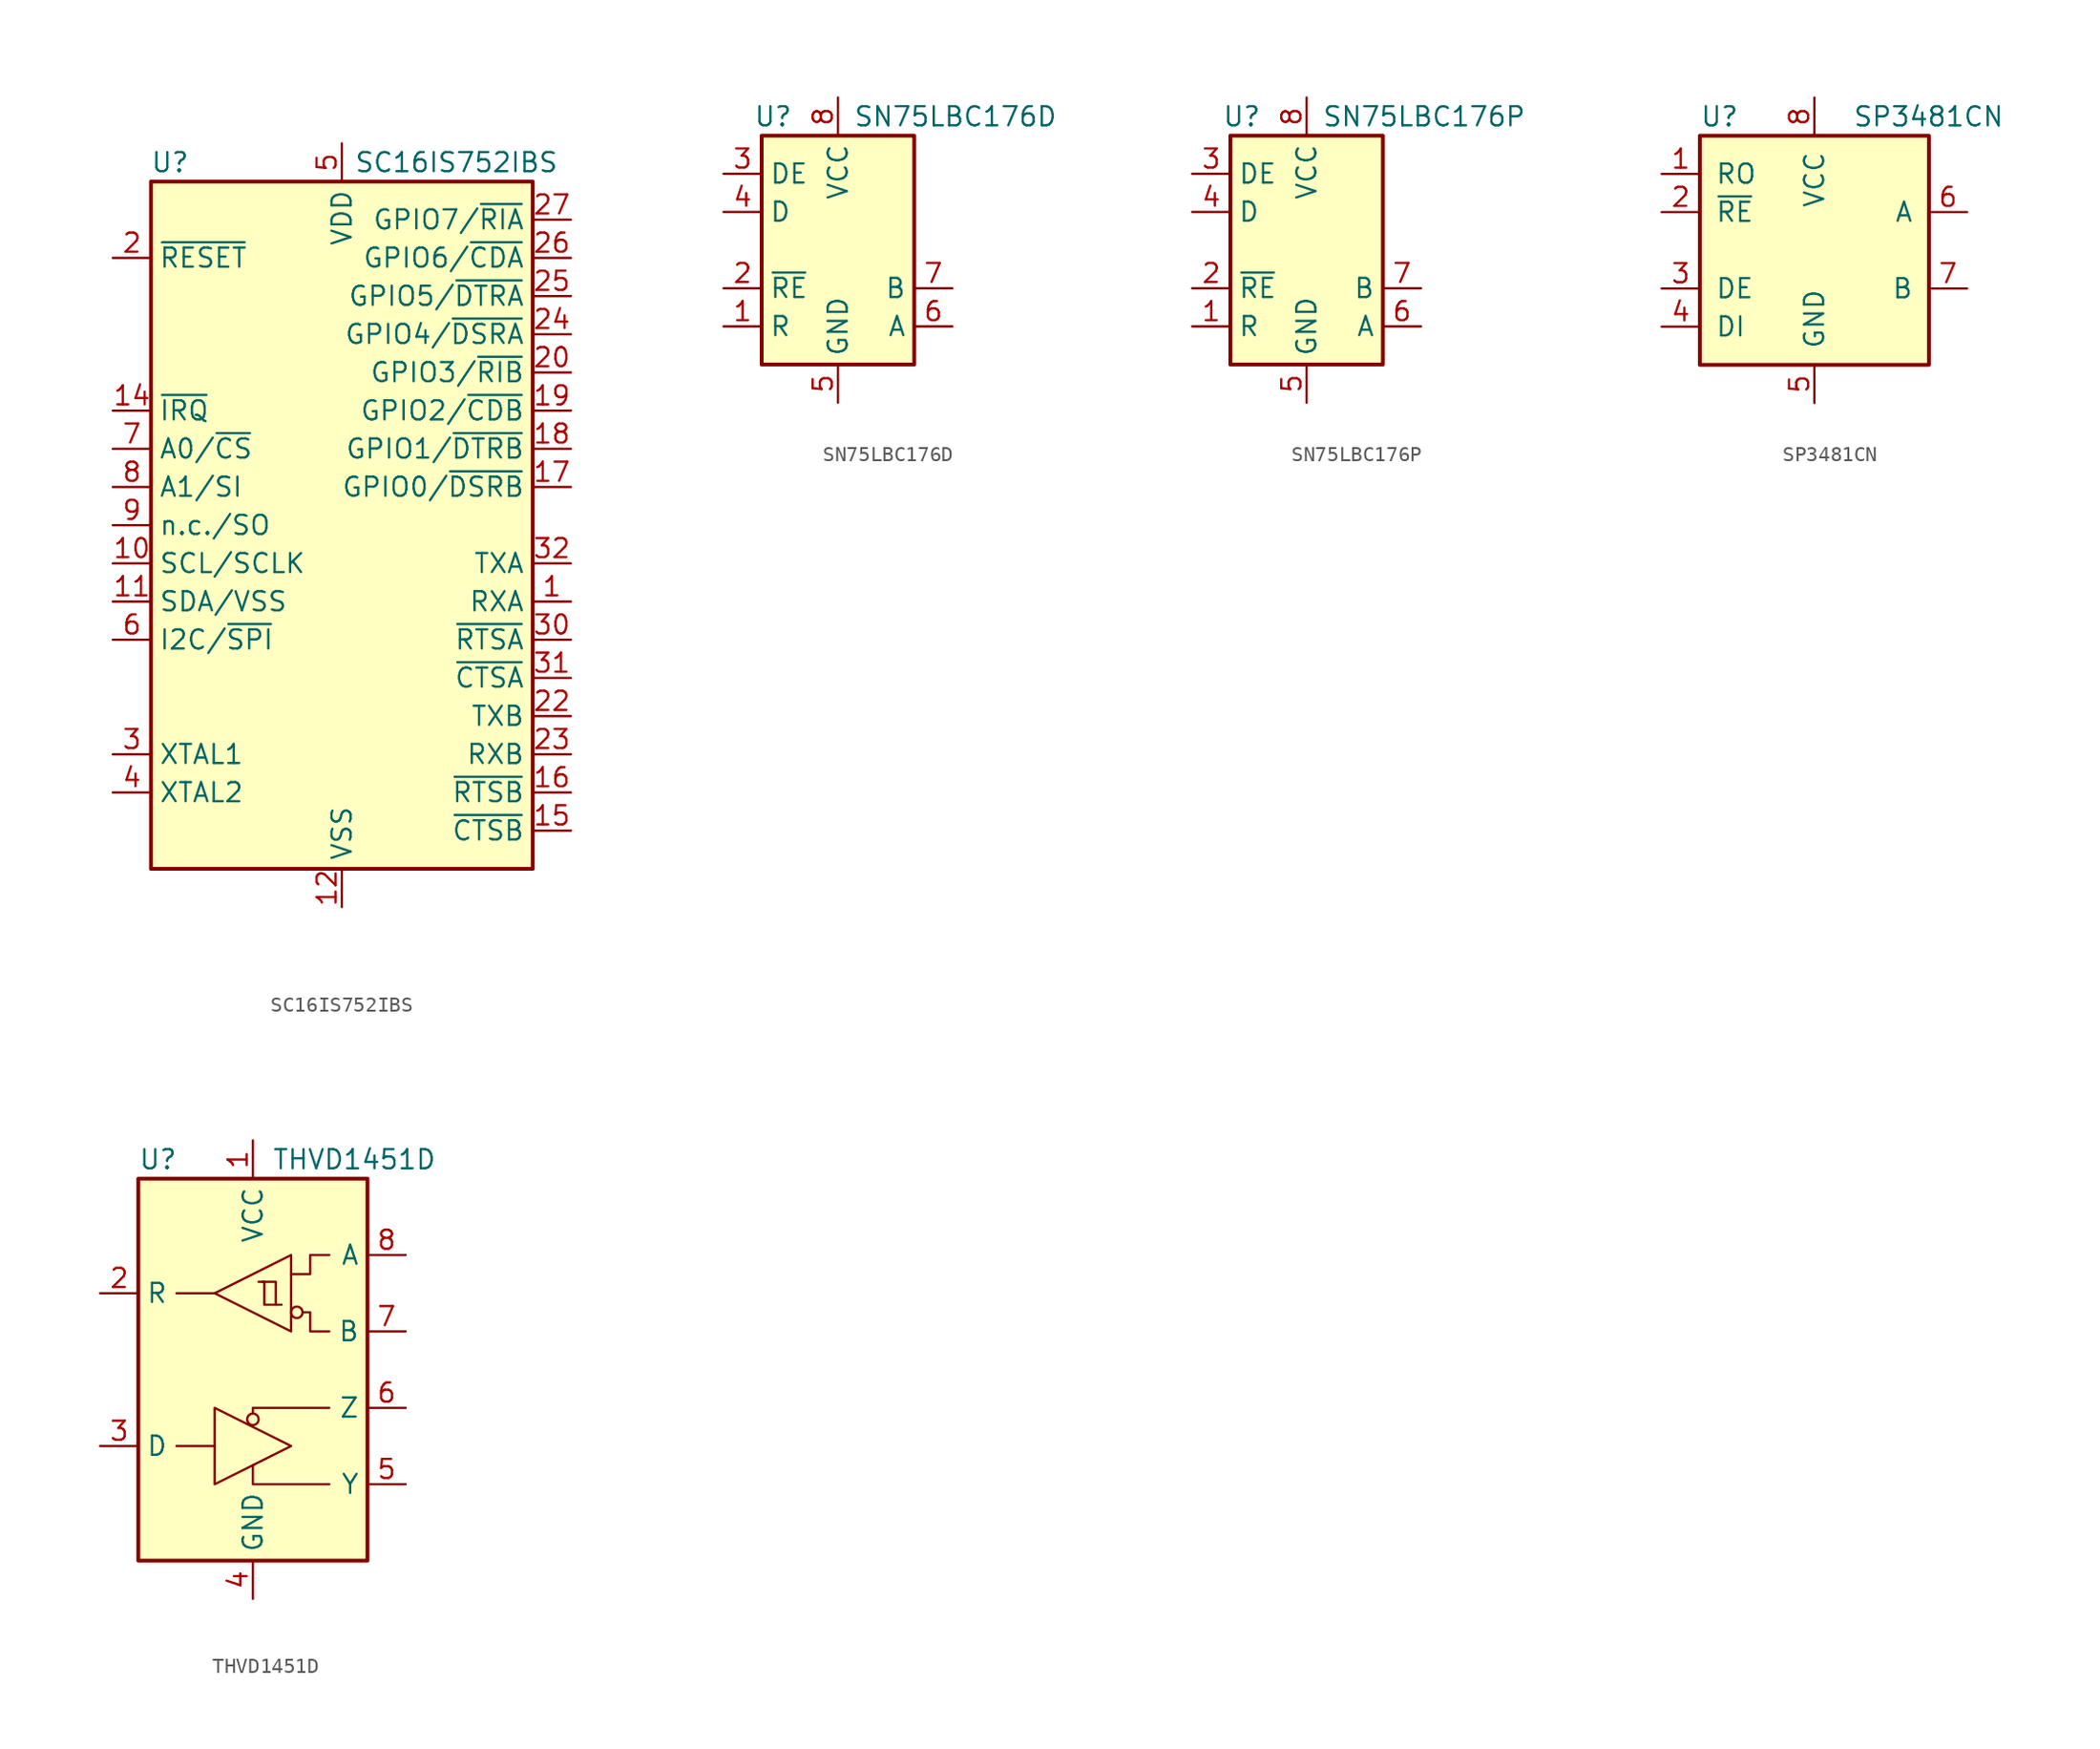
<source format=kicad_sym>
(kicad_symbol_lib
  (version 20201005)
  (generator kicad_symbol_editor)
  (symbol "SC16IS752IBS"
    (property "Reference" "U"
      (at -11.43 24.13 0)
      (effects (font (size 1.27 1.27))))
    (property "Value" "SC16IS752IBS"
      (at 7.62 24.13 0)
      (effects (font (size 1.27 1.27))))
    (symbol "SC16IS752IBS_0_1"
      (rectangle (start -12.7 22.86) (end 12.7 -22.86) (stroke (width 0.254)) (fill (type background))))
    (symbol "SC16IS752IBS_1_1"
      (pin input line (at 15.24 -5.08 180) (length 2.54) (name "RXA" (effects (font (size 1.27 1.27)))) (number "1" (effects (font (size 1.27 1.27)))))
      (pin input line (at -15.24 -2.54 0) (length 2.54) (name "SCL/SCLK" (effects (font (size 1.27 1.27)))) (number "10" (effects (font (size 1.27 1.27)))))
      (pin bidirectional line (at -15.24 -5.08 0) (length 2.54) (name "SDA/VSS" (effects (font (size 1.27 1.27)))) (number "11" (effects (font (size 1.27 1.27)))))
      (pin power_in line (at 0 -25.4 90) (length 2.54) (name "VSS" (effects (font (size 1.27 1.27)))) (number "12" (effects (font (size 1.27 1.27)))))
      (pin passive line (at 0 25.4 270) (length 2.54) hide (name "VDD" (effects (font (size 1.27 1.27)))) (number "13" (effects (font (size 1.27 1.27)))))
      (pin open_collector line (at -15.24 7.62 0) (length 2.54) (name "~IRQ" (effects (font (size 1.27 1.27)))) (number "14" (effects (font (size 1.27 1.27)))))
      (pin input line (at 15.24 -20.32 180) (length 2.54) (name "~CTSB" (effects (font (size 1.27 1.27)))) (number "15" (effects (font (size 1.27 1.27)))))
      (pin output line (at 15.24 -17.78 180) (length 2.54) (name "~RTSB" (effects (font (size 1.27 1.27)))) (number "16" (effects (font (size 1.27 1.27)))))
      (pin bidirectional line (at 15.24 2.54 180) (length 2.54) (name "GPIO0/~DSRB" (effects (font (size 1.27 1.27)))) (number "17" (effects (font (size 1.27 1.27)))))
      (pin bidirectional line (at 15.24 5.08 180) (length 2.54) (name "GPIO1/~DTRB" (effects (font (size 1.27 1.27)))) (number "18" (effects (font (size 1.27 1.27)))))
      (pin bidirectional line (at 15.24 7.62 180) (length 2.54) (name "GPIO2/~CDB" (effects (font (size 1.27 1.27)))) (number "19" (effects (font (size 1.27 1.27)))))
      (pin input line (at -15.24 17.78 0) (length 2.54) (name "~RESET" (effects (font (size 1.27 1.27)))) (number "2" (effects (font (size 1.27 1.27)))))
      (pin bidirectional line (at 15.24 10.16 180) (length 2.54) (name "GPIO3/~RIB" (effects (font (size 1.27 1.27)))) (number "20" (effects (font (size 1.27 1.27)))))
      (pin passive line (at 0 -25.4 90) (length 2.54) hide (name "VSS" (effects (font (size 1.27 1.27)))) (number "21" (effects (font (size 1.27 1.27)))))
      (pin output line (at 15.24 -12.7 180) (length 2.54) (name "TXB" (effects (font (size 1.27 1.27)))) (number "22" (effects (font (size 1.27 1.27)))))
      (pin input line (at 15.24 -15.24 180) (length 2.54) (name "RXB" (effects (font (size 1.27 1.27)))) (number "23" (effects (font (size 1.27 1.27)))))
      (pin bidirectional line (at 15.24 12.7 180) (length 2.54) (name "GPIO4/~DSRA" (effects (font (size 1.27 1.27)))) (number "24" (effects (font (size 1.27 1.27)))))
      (pin bidirectional line (at 15.24 15.24 180) (length 2.54) (name "GPIO5/~DTRA" (effects (font (size 1.27 1.27)))) (number "25" (effects (font (size 1.27 1.27)))))
      (pin bidirectional line (at 15.24 17.78 180) (length 2.54) (name "GPIO6/~CDA" (effects (font (size 1.27 1.27)))) (number "26" (effects (font (size 1.27 1.27)))))
      (pin bidirectional line (at 15.24 20.32 180) (length 2.54) (name "GPIO7/~RIA" (effects (font (size 1.27 1.27)))) (number "27" (effects (font (size 1.27 1.27)))))
      (pin passive line (at 0 25.4 270) (length 2.54) hide (name "VDD" (effects (font (size 1.27 1.27)))) (number "28" (effects (font (size 1.27 1.27)))))
      (pin passive line (at 0 -25.4 90) (length 2.54) hide (name "VSS" (effects (font (size 1.27 1.27)))) (number "29" (effects (font (size 1.27 1.27)))))
      (pin input line (at -15.24 -15.24 0) (length 2.54) (name "XTAL1" (effects (font (size 1.27 1.27)))) (number "3" (effects (font (size 1.27 1.27)))))
      (pin output line (at 15.24 -7.62 180) (length 2.54) (name "~RTSA" (effects (font (size 1.27 1.27)))) (number "30" (effects (font (size 1.27 1.27)))))
      (pin input line (at 15.24 -10.16 180) (length 2.54) (name "~CTSA" (effects (font (size 1.27 1.27)))) (number "31" (effects (font (size 1.27 1.27)))))
      (pin output line (at 15.24 -2.54 180) (length 2.54) (name "TXA" (effects (font (size 1.27 1.27)))) (number "32" (effects (font (size 1.27 1.27)))))
      (pin passive line (at 0 -25.4 90) (length 2.54) hide (name "VSS" (effects (font (size 1.27 1.27)))) (number "33" (effects (font (size 1.27 1.27)))))
      (pin output line (at -15.24 -17.78 0) (length 2.54) (name "XTAL2" (effects (font (size 1.27 1.27)))) (number "4" (effects (font (size 1.27 1.27)))))
      (pin power_in line (at 0 25.4 270) (length 2.54) (name "VDD" (effects (font (size 1.27 1.27)))) (number "5" (effects (font (size 1.27 1.27)))))
      (pin input line (at -15.24 -7.62 0) (length 2.54) (name "I2C/~SPI" (effects (font (size 1.27 1.27)))) (number "6" (effects (font (size 1.27 1.27)))))
      (pin input line (at -15.24 5.08 0) (length 2.54) (name "A0/~CS" (effects (font (size 1.27 1.27)))) (number "7" (effects (font (size 1.27 1.27)))))
      (pin input line (at -15.24 2.54 0) (length 2.54) (name "A1/SI" (effects (font (size 1.27 1.27)))) (number "8" (effects (font (size 1.27 1.27)))))
      (pin output line (at -15.24 0 0) (length 2.54) (name "n.c./SO" (effects (font (size 1.27 1.27)))) (number "9" (effects (font (size 1.27 1.27)))))))
  (symbol "SN75LBC176D"
    (property "Reference" "U"
      (at -4.318 8.89 0)
      (effects (font (size 1.27 1.27))))
    (property "Value" "SN75LBC176D"
      (at 1.016 8.89 0)
      (effects (font (size 1.27 1.27)) (justify left)))
    (symbol "SN75LBC176D_0_1"
      (rectangle (start -5.08 7.62) (end 5.08 -7.62) (stroke (width 0.254)) (fill (type background))))
    (symbol "SN75LBC176D_1_1"
      (pin output line (at -7.62 -5.08 0) (length 2.54) (name "R" (effects (font (size 1.27 1.27)))) (number "1" (effects (font (size 1.27 1.27)))))
      (pin input line (at -7.62 -2.54 0) (length 2.54) (name "~RE" (effects (font (size 1.27 1.27)))) (number "2" (effects (font (size 1.27 1.27)))))
      (pin input line (at -7.62 5.08 0) (length 2.54) (name "DE" (effects (font (size 1.27 1.27)))) (number "3" (effects (font (size 1.27 1.27)))))
      (pin input line (at -7.62 2.54 0) (length 2.54) (name "D" (effects (font (size 1.27 1.27)))) (number "4" (effects (font (size 1.27 1.27)))))
      (pin power_in line (at 0 -10.16 90) (length 2.54) (name "GND" (effects (font (size 1.27 1.27)))) (number "5" (effects (font (size 1.27 1.27)))))
      (pin bidirectional line (at 7.62 -5.08 180) (length 2.54) (name "A" (effects (font (size 1.27 1.27)))) (number "6" (effects (font (size 1.27 1.27)))))
      (pin bidirectional line (at 7.62 -2.54 180) (length 2.54) (name "B" (effects (font (size 1.27 1.27)))) (number "7" (effects (font (size 1.27 1.27)))))
      (pin power_in line (at 0 10.16 270) (length 2.54) (name "VCC" (effects (font (size 1.27 1.27)))) (number "8" (effects (font (size 1.27 1.27)))))))
  (symbol "SN75LBC176P"
    (property "Reference" "U"
      (at -4.318 8.89 0)
      (effects (font (size 1.27 1.27))))
    (property "Value" "SN75LBC176P"
      (at 1.016 8.89 0)
      (effects (font (size 1.27 1.27)) (justify left)))
    (symbol "SN75LBC176P_0_1"
      (rectangle (start -5.08 7.62) (end 5.08 -7.62) (stroke (width 0.254)) (fill (type background))))
    (symbol "SN75LBC176P_1_1"
      (pin output line (at -7.62 -5.08 0) (length 2.54) (name "R" (effects (font (size 1.27 1.27)))) (number "1" (effects (font (size 1.27 1.27)))))
      (pin input line (at -7.62 -2.54 0) (length 2.54) (name "~RE" (effects (font (size 1.27 1.27)))) (number "2" (effects (font (size 1.27 1.27)))))
      (pin input line (at -7.62 5.08 0) (length 2.54) (name "DE" (effects (font (size 1.27 1.27)))) (number "3" (effects (font (size 1.27 1.27)))))
      (pin input line (at -7.62 2.54 0) (length 2.54) (name "D" (effects (font (size 1.27 1.27)))) (number "4" (effects (font (size 1.27 1.27)))))
      (pin power_in line (at 0 -10.16 90) (length 2.54) (name "GND" (effects (font (size 1.27 1.27)))) (number "5" (effects (font (size 1.27 1.27)))))
      (pin bidirectional line (at 7.62 -5.08 180) (length 2.54) (name "A" (effects (font (size 1.27 1.27)))) (number "6" (effects (font (size 1.27 1.27)))))
      (pin bidirectional line (at 7.62 -2.54 180) (length 2.54) (name "B" (effects (font (size 1.27 1.27)))) (number "7" (effects (font (size 1.27 1.27)))))
      (pin power_in line (at 0 10.16 270) (length 2.54) (name "VCC" (effects (font (size 1.27 1.27)))) (number "8" (effects (font (size 1.27 1.27)))))))
  (symbol "SP3481CN"
    (pin_names
      (offset 1.016))
    (property "Reference" "U"
      (at -7.62 8.89 0)
      (effects (font (size 1.27 1.27)) (justify left)))
    (property "Value" "SP3481CN"
      (at 2.54 8.89 0)
      (effects (font (size 1.27 1.27)) (justify left)))
    (symbol "SP3481CN_0_1"
      (rectangle (start -7.62 7.62) (end 7.62 -7.62) (stroke (width 0.254)) (fill (type background))))
    (symbol "SP3481CN_1_1"
      (pin output line (at -10.16 5.08 0) (length 2.54) (name "RO" (effects (font (size 1.27 1.27)))) (number "1" (effects (font (size 1.27 1.27)))))
      (pin input line (at -10.16 2.54 0) (length 2.54) (name "~RE~" (effects (font (size 1.27 1.27)))) (number "2" (effects (font (size 1.27 1.27)))))
      (pin input line (at -10.16 -2.54 0) (length 2.54) (name "DE" (effects (font (size 1.27 1.27)))) (number "3" (effects (font (size 1.27 1.27)))))
      (pin input line (at -10.16 -5.08 0) (length 2.54) (name "DI" (effects (font (size 1.27 1.27)))) (number "4" (effects (font (size 1.27 1.27)))))
      (pin power_in line (at 0 -10.16 90) (length 2.54) (name "GND" (effects (font (size 1.27 1.27)))) (number "5" (effects (font (size 1.27 1.27)))))
      (pin bidirectional line (at 10.16 2.54 180) (length 2.54) (name "A" (effects (font (size 1.27 1.27)))) (number "6" (effects (font (size 1.27 1.27)))))
      (pin bidirectional line (at 10.16 -2.54 180) (length 2.54) (name "B" (effects (font (size 1.27 1.27)))) (number "7" (effects (font (size 1.27 1.27)))))
      (pin power_in line (at 0 10.16 270) (length 2.54) (name "VCC" (effects (font (size 1.27 1.27)))) (number "8" (effects (font (size 1.27 1.27)))))))
  (symbol "THVD1451D"
    (property "Reference" "U"
      (at -7.62 13.97 0)
      (effects (font (size 1.27 1.27)) (justify left)))
    (property "Value" "THVD1451D"
      (at 1.27 13.97 0)
      (effects (font (size 1.27 1.27)) (justify left)))
    (symbol "THVD1451D_0_1"
      (circle (center 0 -3.302) (radius 0.381) (stroke (width 0)) (fill (type none)))
      (circle (center 2.921 3.81) (radius 0.381) (stroke (width 0)) (fill (type none)))
      (rectangle (start -7.62 12.7) (end 7.62 -12.7) (stroke (width 0.254)) (fill (type background)))
      (polyline (pts (xy -5.08 -5.08) (xy -2.54 -5.08)) (stroke (width 0)) (fill (type none)))
      (polyline (pts (xy -2.54 5.08) (xy -5.08 5.08)) (stroke (width 0)) (fill (type none)))
      (polyline (pts (xy 1.524 4.318) (xy 1.524 5.842) (xy 0.635 5.842)) (stroke (width 0)) (fill (type none)))
      (polyline (pts (xy 5.08 -7.62) (xy 0 -7.62) (xy 0 -6.35)) (stroke (width 0)) (fill (type none)))
      (polyline (pts (xy 5.08 -2.54) (xy 0 -2.54) (xy 0 -2.921)) (stroke (width 0)) (fill (type none)))
      (polyline (pts (xy -2.54 -2.54) (xy -2.54 -7.62) (xy 2.54 -5.08) (xy -2.54 -2.54)) (stroke (width 0)) (fill (type none)))
      (polyline (pts (xy 2.54 6.35) (xy 3.81 6.35) (xy 3.81 7.62) (xy 5.08 7.62)) (stroke (width 0)) (fill (type none)))
      (polyline (pts (xy 2.54 7.62) (xy 2.54 2.54) (xy -2.54 5.08) (xy 2.54 7.62)) (stroke (width 0)) (fill (type none)))
      (polyline (pts (xy 3.302 3.81) (xy 3.81 3.81) (xy 3.81 2.54) (xy 5.08 2.54)) (stroke (width 0)) (fill (type none)))
      (polyline (pts (xy 1.905 4.318) (xy 0.889 4.318) (xy 0.762 4.318) (xy 0.762 5.842) (xy 0.381 5.842)) (stroke (width 0)) (fill (type none))))
    (symbol "THVD1451D_1_1"
      (pin power_in line (at 0 15.24 270) (length 2.54) (name "VCC" (effects (font (size 1.27 1.27)))) (number "1" (effects (font (size 1.27 1.27)))))
      (pin output line (at -10.16 5.08 0) (length 2.54) (name "R" (effects (font (size 1.27 1.27)))) (number "2" (effects (font (size 1.27 1.27)))))
      (pin input line (at -10.16 -5.08 0) (length 2.54) (name "D" (effects (font (size 1.27 1.27)))) (number "3" (effects (font (size 1.27 1.27)))))
      (pin power_in line (at 0 -15.24 90) (length 2.54) (name "GND" (effects (font (size 1.27 1.27)))) (number "4" (effects (font (size 1.27 1.27)))))
      (pin output line (at 10.16 -7.62 180) (length 2.54) (name "Y" (effects (font (size 1.27 1.27)))) (number "5" (effects (font (size 1.27 1.27)))))
      (pin output line (at 10.16 -2.54 180) (length 2.54) (name "Z" (effects (font (size 1.27 1.27)))) (number "6" (effects (font (size 1.27 1.27)))))
      (pin input line (at 10.16 2.54 180) (length 2.54) (name "B" (effects (font (size 1.27 1.27)))) (number "7" (effects (font (size 1.27 1.27)))))
      (pin input line (at 10.16 7.62 180) (length 2.54) (name "A" (effects (font (size 1.27 1.27)))) (number "8" (effects (font (size 1.27 1.27))))))))
</source>
